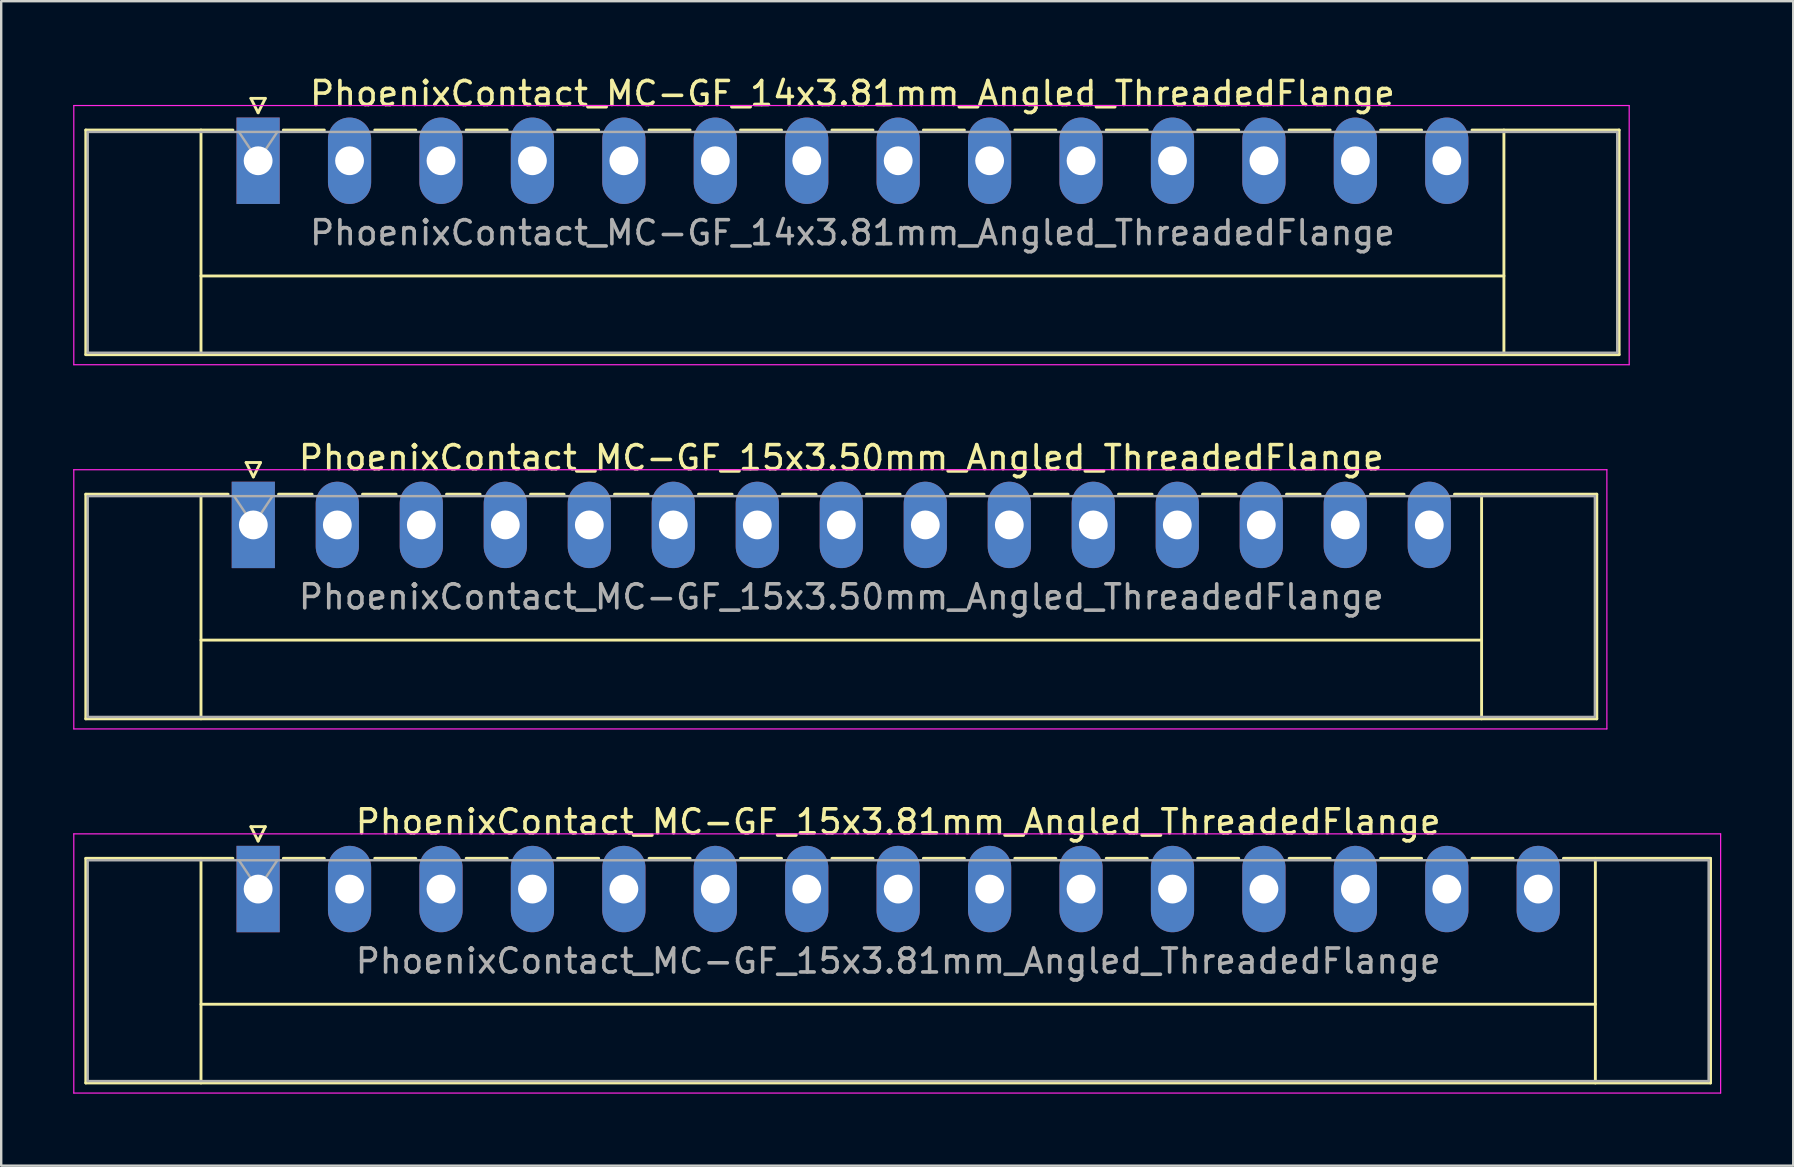
<source format=kicad_pcb>
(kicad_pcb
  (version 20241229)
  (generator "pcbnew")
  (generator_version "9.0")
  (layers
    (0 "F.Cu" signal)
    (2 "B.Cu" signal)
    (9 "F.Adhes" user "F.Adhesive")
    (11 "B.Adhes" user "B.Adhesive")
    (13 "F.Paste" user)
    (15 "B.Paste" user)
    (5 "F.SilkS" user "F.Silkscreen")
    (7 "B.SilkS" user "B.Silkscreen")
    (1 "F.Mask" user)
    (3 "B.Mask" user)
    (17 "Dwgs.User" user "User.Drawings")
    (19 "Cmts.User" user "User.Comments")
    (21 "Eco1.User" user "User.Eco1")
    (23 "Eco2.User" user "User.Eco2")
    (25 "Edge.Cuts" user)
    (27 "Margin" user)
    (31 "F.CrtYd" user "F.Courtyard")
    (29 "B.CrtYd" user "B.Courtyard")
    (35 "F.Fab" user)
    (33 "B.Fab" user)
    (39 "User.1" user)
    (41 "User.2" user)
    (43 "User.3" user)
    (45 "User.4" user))
  (footprint "PhoenixContact_MC-GF_15x3.81mm_Angled_ThreadedFlange"
    (layer "F.Cu")
    (at 7.705 33.995)
    (property "Reference" "PhoenixContact_MC-GF_15x3.81mm_Angled_ThreadedFlange" (at 26.67 -2.8 0) (layer "F.SilkS") (effects (font (size 1 1) (thickness 0.15))))
    (attr through_hole)
    (fp_line (start -7.18 -1.28) (end -7.18 8.08) (stroke (width 0.12) (type solid)) (layer "F.SilkS"))
    (fp_line (start -7.18 -1.28) (end -1.05 -1.28) (stroke (width 0.12) (type solid)) (layer "F.SilkS"))
    (fp_line (start -7.18 8.08) (end 60.52 8.08) (stroke (width 0.12) (type solid)) (layer "F.SilkS"))
    (fp_line (start -2.38 -1.28) (end -2.38 8.08) (stroke (width 0.12) (type solid)) (layer "F.SilkS"))
    (fp_line (start -2.38 4.8) (end 55.72 4.8) (stroke (width 0.12) (type solid)) (layer "F.SilkS"))
    (fp_line (start -0.3 -2.6) (end 0.3 -2.6) (stroke (width 0.12) (type solid)) (layer "F.SilkS"))
    (fp_line (start 0 -2) (end -0.3 -2.6) (stroke (width 0.12) (type solid)) (layer "F.SilkS"))
    (fp_line (start 0.3 -2.6) (end 0 -2) (stroke (width 0.12) (type solid)) (layer "F.SilkS"))
    (fp_line (start 1.05 -1.28) (end 2.76 -1.28) (stroke (width 0.12) (type solid)) (layer "F.SilkS"))
    (fp_line (start 4.86 -1.28) (end 6.57 -1.28) (stroke (width 0.12) (type solid)) (layer "F.SilkS"))
    (fp_line (start 8.67 -1.28) (end 10.38 -1.28) (stroke (width 0.12) (type solid)) (layer "F.SilkS"))
    (fp_line (start 12.48 -1.28) (end 14.19 -1.28) (stroke (width 0.12) (type solid)) (layer "F.SilkS"))
    (fp_line (start 16.29 -1.28) (end 18 -1.28) (stroke (width 0.12) (type solid)) (layer "F.SilkS"))
    (fp_line (start 20.1 -1.28) (end 21.81 -1.28) (stroke (width 0.12) (type solid)) (layer "F.SilkS"))
    (fp_line (start 23.91 -1.28) (end 25.62 -1.28) (stroke (width 0.12) (type solid)) (layer "F.SilkS"))
    (fp_line (start 27.72 -1.28) (end 29.43 -1.28) (stroke (width 0.12) (type solid)) (layer "F.SilkS"))
    (fp_line (start 31.53 -1.28) (end 33.24 -1.28) (stroke (width 0.12) (type solid)) (layer "F.SilkS"))
    (fp_line (start 35.34 -1.28) (end 37.05 -1.28) (stroke (width 0.12) (type solid)) (layer "F.SilkS"))
    (fp_line (start 39.15 -1.28) (end 40.86 -1.28) (stroke (width 0.12) (type solid)) (layer "F.SilkS"))
    (fp_line (start 42.96 -1.28) (end 44.67 -1.28) (stroke (width 0.12) (type solid)) (layer "F.SilkS"))
    (fp_line (start 46.77 -1.28) (end 48.48 -1.28) (stroke (width 0.12) (type solid)) (layer "F.SilkS"))
    (fp_line (start 50.58 -1.28) (end 52.29 -1.28) (stroke (width 0.12) (type solid)) (layer "F.SilkS"))
    (fp_line (start 55.72 -1.28) (end 55.72 8.08) (stroke (width 0.12) (type solid)) (layer "F.SilkS"))
    (fp_line (start 60.52 -1.28) (end 54.39 -1.28) (stroke (width 0.12) (type solid)) (layer "F.SilkS"))
    (fp_line (start 60.52 8.08) (end 60.52 -1.28) (stroke (width 0.12) (type solid)) (layer "F.SilkS"))
    (fp_line (start -7.68 -2.3) (end -7.68 8.5) (stroke (width 0.05) (type solid)) (layer "F.CrtYd"))
    (fp_line (start -7.68 8.5) (end 60.94 8.5) (stroke (width 0.05) (type solid)) (layer "F.CrtYd"))
    (fp_line (start 60.94 -2.3) (end -7.68 -2.3) (stroke (width 0.05) (type solid)) (layer "F.CrtYd"))
    (fp_line (start 60.94 8.5) (end 60.94 -2.3) (stroke (width 0.05) (type solid)) (layer "F.CrtYd"))
    (fp_line (start -7.1 -1.2) (end -7.1 8) (stroke (width 0.1) (type solid)) (layer "F.Fab"))
    (fp_line (start -7.1 8) (end 60.44 8) (stroke (width 0.1) (type solid)) (layer "F.Fab"))
    (fp_line (start 0 0) (end -0.8 -1.2) (stroke (width 0.1) (type solid)) (layer "F.Fab"))
    (fp_line (start 0.8 -1.2) (end 0 0) (stroke (width 0.1) (type solid)) (layer "F.Fab"))
    (fp_line (start 60.44 -1.2) (end -7.1 -1.2) (stroke (width 0.1) (type solid)) (layer "F.Fab"))
    (fp_line (start 60.44 8) (end 60.44 -1.2) (stroke (width 0.1) (type solid)) (layer "F.Fab"))
    (fp_text user "${REFERENCE}" (at 26.67 3 0) (layer "F.Fab") (effects (font (size 1 1) (thickness 0.15))))
    (pad "1" thru_hole rect (at 0 0) (size 1.8 3.6) (drill 1.2) (layers "*.Cu" "*.Mask"))
    (pad "2" thru_hole oval (at 3.81 0) (size 1.8 3.6) (drill 1.2) (layers "*.Cu" "*.Mask"))
    (pad "3" thru_hole oval (at 7.62 0) (size 1.8 3.6) (drill 1.2) (layers "*.Cu" "*.Mask"))
    (pad "4" thru_hole oval (at 11.43 0) (size 1.8 3.6) (drill 1.2) (layers "*.Cu" "*.Mask"))
    (pad "5" thru_hole oval (at 15.24 0) (size 1.8 3.6) (drill 1.2) (layers "*.Cu" "*.Mask"))
    (pad "6" thru_hole oval (at 19.05 0) (size 1.8 3.6) (drill 1.2) (layers "*.Cu" "*.Mask"))
    (pad "7" thru_hole oval (at 22.86 0) (size 1.8 3.6) (drill 1.2) (layers "*.Cu" "*.Mask"))
    (pad "8" thru_hole oval (at 26.67 0) (size 1.8 3.6) (drill 1.2) (layers "*.Cu" "*.Mask"))
    (pad "9" thru_hole oval (at 30.48 0) (size 1.8 3.6) (drill 1.2) (layers "*.Cu" "*.Mask"))
    (pad "10" thru_hole oval (at 34.29 0) (size 1.8 3.6) (drill 1.2) (layers "*.Cu" "*.Mask"))
    (pad "11" thru_hole oval (at 38.1 0) (size 1.8 3.6) (drill 1.2) (layers "*.Cu" "*.Mask"))
    (pad "12" thru_hole oval (at 41.91 0) (size 1.8 3.6) (drill 1.2) (layers "*.Cu" "*.Mask"))
    (pad "13" thru_hole oval (at 45.72 0) (size 1.8 3.6) (drill 1.2) (layers "*.Cu" "*.Mask"))
    (pad "14" thru_hole oval (at 49.53 0) (size 1.8 3.6) (drill 1.2) (layers "*.Cu" "*.Mask"))
    (pad "15" thru_hole oval (at 53.34 0) (size 1.8 3.6) (drill 1.2) (layers "*.Cu" "*.Mask")))
  (footprint "PhoenixContact_MC-GF_15x3.50mm_Angled_ThreadedFlange"
    (layer "F.Cu")
    (at 7.505 18.822)
    (property "Reference" "PhoenixContact_MC-GF_15x3.50mm_Angled_ThreadedFlange" (at 24.5 -2.8 0) (layer "F.SilkS") (effects (font (size 1 1) (thickness 0.15))))
    (attr through_hole)
    (fp_line (start -6.98 -1.28) (end -6.98 8.08) (stroke (width 0.12) (type solid)) (layer "F.SilkS"))
    (fp_line (start -6.98 -1.28) (end -1.05 -1.28) (stroke (width 0.12) (type solid)) (layer "F.SilkS"))
    (fp_line (start -6.98 8.08) (end 55.98 8.08) (stroke (width 0.12) (type solid)) (layer "F.SilkS"))
    (fp_line (start -2.18 -1.28) (end -2.18 8.08) (stroke (width 0.12) (type solid)) (layer "F.SilkS"))
    (fp_line (start -2.18 4.8) (end 51.18 4.8) (stroke (width 0.12) (type solid)) (layer "F.SilkS"))
    (fp_line (start -0.3 -2.6) (end 0.3 -2.6) (stroke (width 0.12) (type solid)) (layer "F.SilkS"))
    (fp_line (start 0 -2) (end -0.3 -2.6) (stroke (width 0.12) (type solid)) (layer "F.SilkS"))
    (fp_line (start 0.3 -2.6) (end 0 -2) (stroke (width 0.12) (type solid)) (layer "F.SilkS"))
    (fp_line (start 1.05 -1.28) (end 2.45 -1.28) (stroke (width 0.12) (type solid)) (layer "F.SilkS"))
    (fp_line (start 4.55 -1.28) (end 5.95 -1.28) (stroke (width 0.12) (type solid)) (layer "F.SilkS"))
    (fp_line (start 8.05 -1.28) (end 9.45 -1.28) (stroke (width 0.12) (type solid)) (layer "F.SilkS"))
    (fp_line (start 11.55 -1.28) (end 12.95 -1.28) (stroke (width 0.12) (type solid)) (layer "F.SilkS"))
    (fp_line (start 15.05 -1.28) (end 16.45 -1.28) (stroke (width 0.12) (type solid)) (layer "F.SilkS"))
    (fp_line (start 18.55 -1.28) (end 19.95 -1.28) (stroke (width 0.12) (type solid)) (layer "F.SilkS"))
    (fp_line (start 22.05 -1.28) (end 23.45 -1.28) (stroke (width 0.12) (type solid)) (layer "F.SilkS"))
    (fp_line (start 25.55 -1.28) (end 26.95 -1.28) (stroke (width 0.12) (type solid)) (layer "F.SilkS"))
    (fp_line (start 29.05 -1.28) (end 30.45 -1.28) (stroke (width 0.12) (type solid)) (layer "F.SilkS"))
    (fp_line (start 32.55 -1.28) (end 33.95 -1.28) (stroke (width 0.12) (type solid)) (layer "F.SilkS"))
    (fp_line (start 36.05 -1.28) (end 37.45 -1.28) (stroke (width 0.12) (type solid)) (layer "F.SilkS"))
    (fp_line (start 39.55 -1.28) (end 40.95 -1.28) (stroke (width 0.12) (type solid)) (layer "F.SilkS"))
    (fp_line (start 43.05 -1.28) (end 44.45 -1.28) (stroke (width 0.12) (type solid)) (layer "F.SilkS"))
    (fp_line (start 46.55 -1.28) (end 47.95 -1.28) (stroke (width 0.12) (type solid)) (layer "F.SilkS"))
    (fp_line (start 51.18 -1.28) (end 51.18 8.08) (stroke (width 0.12) (type solid)) (layer "F.SilkS"))
    (fp_line (start 55.98 -1.28) (end 50.05 -1.28) (stroke (width 0.12) (type solid)) (layer "F.SilkS"))
    (fp_line (start 55.98 8.08) (end 55.98 -1.28) (stroke (width 0.12) (type solid)) (layer "F.SilkS"))
    (fp_line (start -7.48 -2.3) (end -7.48 8.5) (stroke (width 0.05) (type solid)) (layer "F.CrtYd"))
    (fp_line (start -7.48 8.5) (end 56.4 8.5) (stroke (width 0.05) (type solid)) (layer "F.CrtYd"))
    (fp_line (start 56.4 -2.3) (end -7.48 -2.3) (stroke (width 0.05) (type solid)) (layer "F.CrtYd"))
    (fp_line (start 56.4 8.5) (end 56.4 -2.3) (stroke (width 0.05) (type solid)) (layer "F.CrtYd"))
    (fp_line (start -6.9 -1.2) (end -6.9 8) (stroke (width 0.1) (type solid)) (layer "F.Fab"))
    (fp_line (start -6.9 8) (end 55.9 8) (stroke (width 0.1) (type solid)) (layer "F.Fab"))
    (fp_line (start 0 0) (end -0.8 -1.2) (stroke (width 0.1) (type solid)) (layer "F.Fab"))
    (fp_line (start 0.8 -1.2) (end 0 0) (stroke (width 0.1) (type solid)) (layer "F.Fab"))
    (fp_line (start 55.9 -1.2) (end -6.9 -1.2) (stroke (width 0.1) (type solid)) (layer "F.Fab"))
    (fp_line (start 55.9 8) (end 55.9 -1.2) (stroke (width 0.1) (type solid)) (layer "F.Fab"))
    (fp_text user "${REFERENCE}" (at 24.5 3 0) (layer "F.Fab") (effects (font (size 1 1) (thickness 0.15))))
    (pad "1" thru_hole rect (at 0 0) (size 1.8 3.6) (drill 1.2) (layers "*.Cu" "*.Mask"))
    (pad "2" thru_hole oval (at 3.5 0) (size 1.8 3.6) (drill 1.2) (layers "*.Cu" "*.Mask"))
    (pad "3" thru_hole oval (at 7 0) (size 1.8 3.6) (drill 1.2) (layers "*.Cu" "*.Mask"))
    (pad "4" thru_hole oval (at 10.5 0) (size 1.8 3.6) (drill 1.2) (layers "*.Cu" "*.Mask"))
    (pad "5" thru_hole oval (at 14 0) (size 1.8 3.6) (drill 1.2) (layers "*.Cu" "*.Mask"))
    (pad "6" thru_hole oval (at 17.5 0) (size 1.8 3.6) (drill 1.2) (layers "*.Cu" "*.Mask"))
    (pad "7" thru_hole oval (at 21 0) (size 1.8 3.6) (drill 1.2) (layers "*.Cu" "*.Mask"))
    (pad "8" thru_hole oval (at 24.5 0) (size 1.8 3.6) (drill 1.2) (layers "*.Cu" "*.Mask"))
    (pad "9" thru_hole oval (at 28 0) (size 1.8 3.6) (drill 1.2) (layers "*.Cu" "*.Mask"))
    (pad "10" thru_hole oval (at 31.5 0) (size 1.8 3.6) (drill 1.2) (layers "*.Cu" "*.Mask"))
    (pad "11" thru_hole oval (at 35 0) (size 1.8 3.6) (drill 1.2) (layers "*.Cu" "*.Mask"))
    (pad "12" thru_hole oval (at 38.5 0) (size 1.8 3.6) (drill 1.2) (layers "*.Cu" "*.Mask"))
    (pad "13" thru_hole oval (at 42 0) (size 1.8 3.6) (drill 1.2) (layers "*.Cu" "*.Mask"))
    (pad "14" thru_hole oval (at 45.5 0) (size 1.8 3.6) (drill 1.2) (layers "*.Cu" "*.Mask"))
    (pad "15" thru_hole oval (at 49 0) (size 1.8 3.6) (drill 1.2) (layers "*.Cu" "*.Mask")))
  (footprint "PhoenixContact_MC-GF_14x3.81mm_Angled_ThreadedFlange"
    (layer "F.Cu")
    (at 7.705 3.648)
    (property "Reference" "PhoenixContact_MC-GF_14x3.81mm_Angled_ThreadedFlange" (at 24.765 -2.8 0) (layer "F.SilkS") (effects (font (size 1 1) (thickness 0.15))))
    (attr through_hole)
    (fp_line (start -7.18 -1.28) (end -7.18 8.08) (stroke (width 0.12) (type solid)) (layer "F.SilkS"))
    (fp_line (start -7.18 -1.28) (end -1.05 -1.28) (stroke (width 0.12) (type solid)) (layer "F.SilkS"))
    (fp_line (start -7.18 8.08) (end 56.71 8.08) (stroke (width 0.12) (type solid)) (layer "F.SilkS"))
    (fp_line (start -2.38 -1.28) (end -2.38 8.08) (stroke (width 0.12) (type solid)) (layer "F.SilkS"))
    (fp_line (start -2.38 4.8) (end 51.91 4.8) (stroke (width 0.12) (type solid)) (layer "F.SilkS"))
    (fp_line (start -0.3 -2.6) (end 0.3 -2.6) (stroke (width 0.12) (type solid)) (layer "F.SilkS"))
    (fp_line (start 0 -2) (end -0.3 -2.6) (stroke (width 0.12) (type solid)) (layer "F.SilkS"))
    (fp_line (start 0.3 -2.6) (end 0 -2) (stroke (width 0.12) (type solid)) (layer "F.SilkS"))
    (fp_line (start 1.05 -1.28) (end 2.76 -1.28) (stroke (width 0.12) (type solid)) (layer "F.SilkS"))
    (fp_line (start 4.86 -1.28) (end 6.57 -1.28) (stroke (width 0.12) (type solid)) (layer "F.SilkS"))
    (fp_line (start 8.67 -1.28) (end 10.38 -1.28) (stroke (width 0.12) (type solid)) (layer "F.SilkS"))
    (fp_line (start 12.48 -1.28) (end 14.19 -1.28) (stroke (width 0.12) (type solid)) (layer "F.SilkS"))
    (fp_line (start 16.29 -1.28) (end 18 -1.28) (stroke (width 0.12) (type solid)) (layer "F.SilkS"))
    (fp_line (start 20.1 -1.28) (end 21.81 -1.28) (stroke (width 0.12) (type solid)) (layer "F.SilkS"))
    (fp_line (start 23.91 -1.28) (end 25.62 -1.28) (stroke (width 0.12) (type solid)) (layer "F.SilkS"))
    (fp_line (start 27.72 -1.28) (end 29.43 -1.28) (stroke (width 0.12) (type solid)) (layer "F.SilkS"))
    (fp_line (start 31.53 -1.28) (end 33.24 -1.28) (stroke (width 0.12) (type solid)) (layer "F.SilkS"))
    (fp_line (start 35.34 -1.28) (end 37.05 -1.28) (stroke (width 0.12) (type solid)) (layer "F.SilkS"))
    (fp_line (start 39.15 -1.28) (end 40.86 -1.28) (stroke (width 0.12) (type solid)) (layer "F.SilkS"))
    (fp_line (start 42.96 -1.28) (end 44.67 -1.28) (stroke (width 0.12) (type solid)) (layer "F.SilkS"))
    (fp_line (start 46.77 -1.28) (end 48.48 -1.28) (stroke (width 0.12) (type solid)) (layer "F.SilkS"))
    (fp_line (start 51.91 -1.28) (end 51.91 8.08) (stroke (width 0.12) (type solid)) (layer "F.SilkS"))
    (fp_line (start 56.71 -1.28) (end 50.58 -1.28) (stroke (width 0.12) (type solid)) (layer "F.SilkS"))
    (fp_line (start 56.71 8.08) (end 56.71 -1.28) (stroke (width 0.12) (type solid)) (layer "F.SilkS"))
    (fp_line (start -7.68 -2.3) (end -7.68 8.5) (stroke (width 0.05) (type solid)) (layer "F.CrtYd"))
    (fp_line (start -7.68 8.5) (end 57.13 8.5) (stroke (width 0.05) (type solid)) (layer "F.CrtYd"))
    (fp_line (start 57.13 -2.3) (end -7.68 -2.3) (stroke (width 0.05) (type solid)) (layer "F.CrtYd"))
    (fp_line (start 57.13 8.5) (end 57.13 -2.3) (stroke (width 0.05) (type solid)) (layer "F.CrtYd"))
    (fp_line (start -7.1 -1.2) (end -7.1 8) (stroke (width 0.1) (type solid)) (layer "F.Fab"))
    (fp_line (start -7.1 8) (end 56.63 8) (stroke (width 0.1) (type solid)) (layer "F.Fab"))
    (fp_line (start 0 0) (end -0.8 -1.2) (stroke (width 0.1) (type solid)) (layer "F.Fab"))
    (fp_line (start 0.8 -1.2) (end 0 0) (stroke (width 0.1) (type solid)) (layer "F.Fab"))
    (fp_line (start 56.63 -1.2) (end -7.1 -1.2) (stroke (width 0.1) (type solid)) (layer "F.Fab"))
    (fp_line (start 56.63 8) (end 56.63 -1.2) (stroke (width 0.1) (type solid)) (layer "F.Fab"))
    (fp_text user "${REFERENCE}" (at 24.765 3 0) (layer "F.Fab") (effects (font (size 1 1) (thickness 0.15))))
    (pad "1" thru_hole rect (at 0 0) (size 1.8 3.6) (drill 1.2) (layers "*.Cu" "*.Mask"))
    (pad "2" thru_hole oval (at 3.81 0) (size 1.8 3.6) (drill 1.2) (layers "*.Cu" "*.Mask"))
    (pad "3" thru_hole oval (at 7.62 0) (size 1.8 3.6) (drill 1.2) (layers "*.Cu" "*.Mask"))
    (pad "4" thru_hole oval (at 11.43 0) (size 1.8 3.6) (drill 1.2) (layers "*.Cu" "*.Mask"))
    (pad "5" thru_hole oval (at 15.24 0) (size 1.8 3.6) (drill 1.2) (layers "*.Cu" "*.Mask"))
    (pad "6" thru_hole oval (at 19.05 0) (size 1.8 3.6) (drill 1.2) (layers "*.Cu" "*.Mask"))
    (pad "7" thru_hole oval (at 22.86 0) (size 1.8 3.6) (drill 1.2) (layers "*.Cu" "*.Mask"))
    (pad "8" thru_hole oval (at 26.67 0) (size 1.8 3.6) (drill 1.2) (layers "*.Cu" "*.Mask"))
    (pad "9" thru_hole oval (at 30.48 0) (size 1.8 3.6) (drill 1.2) (layers "*.Cu" "*.Mask"))
    (pad "10" thru_hole oval (at 34.29 0) (size 1.8 3.6) (drill 1.2) (layers "*.Cu" "*.Mask"))
    (pad "11" thru_hole oval (at 38.1 0) (size 1.8 3.6) (drill 1.2) (layers "*.Cu" "*.Mask"))
    (pad "12" thru_hole oval (at 41.91 0) (size 1.8 3.6) (drill 1.2) (layers "*.Cu" "*.Mask"))
    (pad "13" thru_hole oval (at 45.72 0) (size 1.8 3.6) (drill 1.2) (layers "*.Cu" "*.Mask"))
    (pad "14" thru_hole oval (at 49.53 0) (size 1.8 3.6) (drill 1.2) (layers "*.Cu" "*.Mask")))
  (gr_rect
    (start -3 -3)
    (end 71.67 45.52)
    (stroke (width 0.1) (type default))
    (fill no)
    (layer "Edge.Cuts")))
</source>
